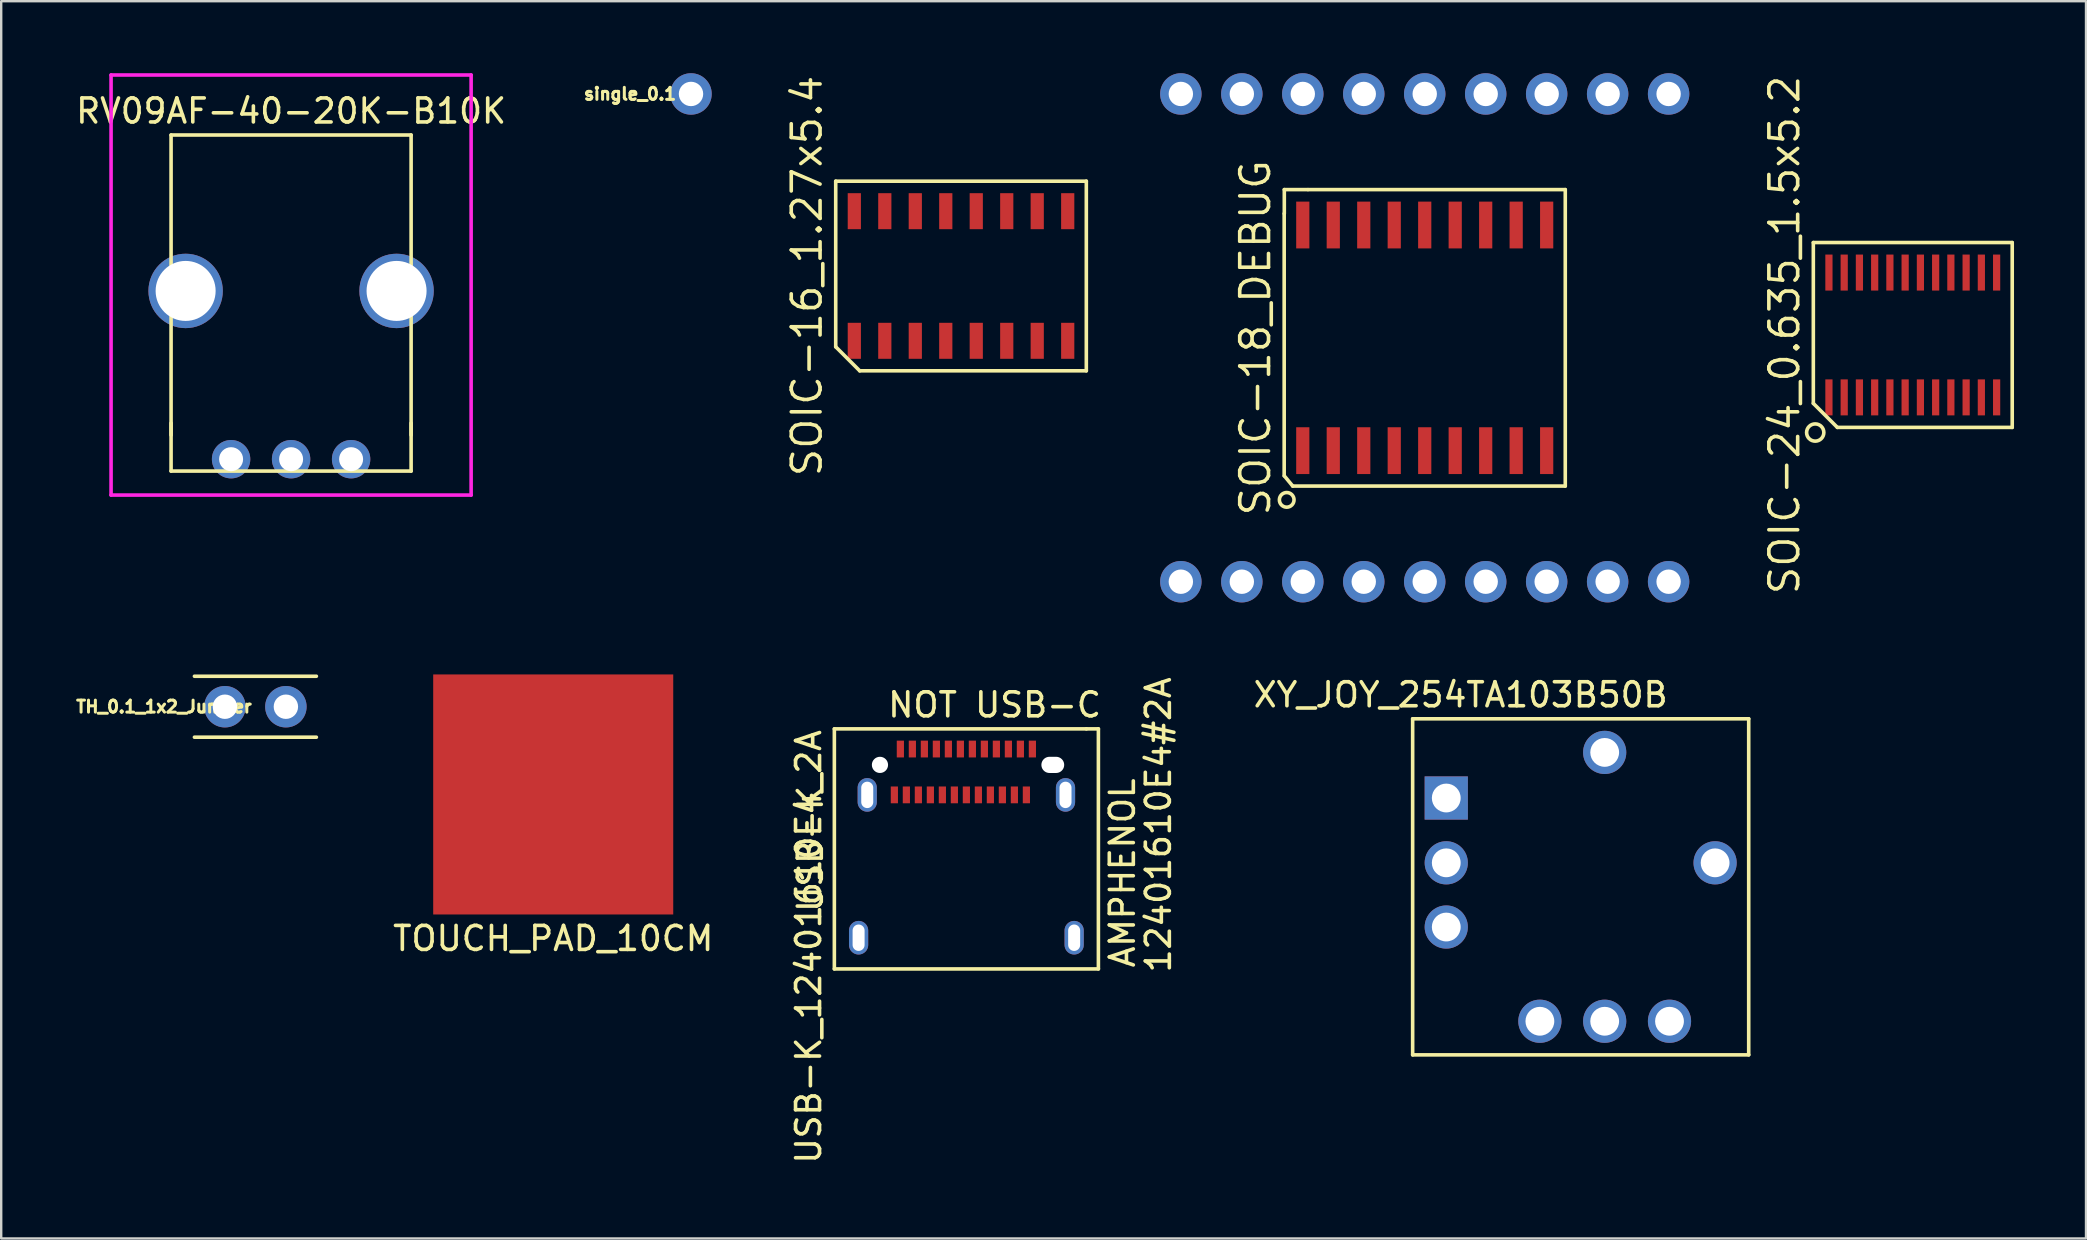
<source format=kicad_pcb>
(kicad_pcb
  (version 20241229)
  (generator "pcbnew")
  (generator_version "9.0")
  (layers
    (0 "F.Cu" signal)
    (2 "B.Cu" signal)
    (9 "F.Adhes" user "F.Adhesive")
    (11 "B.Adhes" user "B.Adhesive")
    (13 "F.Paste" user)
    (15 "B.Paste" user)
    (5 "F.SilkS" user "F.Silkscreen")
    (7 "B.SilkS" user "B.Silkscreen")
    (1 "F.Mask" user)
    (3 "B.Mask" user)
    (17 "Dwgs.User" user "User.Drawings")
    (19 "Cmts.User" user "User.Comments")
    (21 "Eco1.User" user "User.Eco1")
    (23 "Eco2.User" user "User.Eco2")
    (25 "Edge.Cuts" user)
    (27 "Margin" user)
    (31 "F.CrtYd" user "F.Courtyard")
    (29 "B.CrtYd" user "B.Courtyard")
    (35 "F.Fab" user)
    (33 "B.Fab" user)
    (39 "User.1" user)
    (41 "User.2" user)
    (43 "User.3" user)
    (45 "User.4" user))
  (footprint "USB-K_12401610E4_2A"
    (layer "F.Cu")
    (at 37.209 28.815)
    (property "Reference" "USB-K_12401610E4_2A" (at -6.572 7.581 90) (layer "F.SilkS") (effects (font (size 1 1) (thickness 0.15))))
    (attr through_hole)
    (fp_line (start -3 1.25) (end 2.5 1.25) (stroke (width 0.9) (type solid)) (layer "F.Mask"))
    (fp_line (start -2.75 -0.65) (end 3.25 -0.65) (stroke (width 0.9) (type solid)) (layer "F.Mask"))
    (fp_line (start -5.5 -1.5) (end 5 -1.5) (stroke (width 0.15) (type solid)) (layer "F.SilkS"))
    (fp_line (start -5.5 8.5) (end -5.5 -1.5) (stroke (width 0.15) (type solid)) (layer "F.SilkS"))
    (fp_line (start 5 -1.5) (end 5.5 -1.5) (stroke (width 0.15) (type solid)) (layer "F.SilkS"))
    (fp_line (start 5.5 -1.5) (end 5.5 8.5) (stroke (width 0.15) (type solid)) (layer "F.SilkS"))
    (fp_line (start 5.5 8.5) (end -5.5 8.5) (stroke (width 0.15) (type solid)) (layer "F.SilkS"))
    (fp_text user "12401610E4#2A" (at 8 2.5 90) (layer "F.SilkS") (effects (font (size 1 1) (thickness 0.15))))
    (fp_text user "AMPHENOL" (at 6.5 4.5 90) (layer "F.SilkS") (effects (font (size 1 1) (thickness 0.15))))
    (fp_text user "NOT USB-C" (at 1.175 -2.5 180) (layer "F.SilkS") (effects (font (size 1 1) (thickness 0.15))))
    (fp_text user "USB-K" (at -6.5 3.5 90) (layer "F.SilkS") (effects (font (size 1 1) (thickness 0.15))))
    (pad "" thru_hole oval (at -4.49 7.2) (size 0.8 1.4) (drill oval 0.5 1.1) (layers "*.Cu" "*.Mask"))
    (pad "" thru_hole oval (at -4.13 1.25) (size 0.8 1.4) (drill oval 0.5 1.1) (layers "*.Cu" "*.Mask"))
    (pad "" np_thru_hole circle (at -3.6 0) (size 0.675 0.675) (drill 0.675) (layers "*.Cu"))
    (pad "" np_thru_hole oval (at 3.6 0) (size 0.95 0.675) (drill oval 0.95 0.675) (layers "*.Cu"))
    (pad "" thru_hole oval (at 4.13 1.25) (size 0.8 1.4) (drill oval 0.5 1.1) (layers "*.Cu" "*.Mask"))
    (pad "" thru_hole oval (at 4.49 7.2) (size 0.8 1.4) (drill oval 0.5 1.1) (layers "*.Cu" "*.Mask"))
    (pad "A1" smd rect (at -2.75 -0.66) (size 0.3 0.7) (layers "F.Cu" "F.Paste"))
    (pad "A2" smd rect (at -2.25 -0.66) (size 0.3 0.7) (layers "F.Cu" "F.Paste"))
    (pad "A3" smd rect (at -1.75 -0.66) (size 0.3 0.7) (layers "F.Cu" "F.Paste"))
    (pad "A4" smd rect (at -1.25 -0.66) (size 0.3 0.7) (layers "F.Cu" "F.Paste"))
    (pad "A5" smd rect (at -0.75 -0.66) (size 0.3 0.7) (layers "F.Cu" "F.Paste"))
    (pad "A6" smd rect (at -0.25 -0.66) (size 0.3 0.7) (layers "F.Cu" "F.Paste"))
    (pad "A7" smd rect (at 0.25 -0.66) (size 0.3 0.7) (layers "F.Cu" "F.Paste"))
    (pad "A8" smd rect (at 0.75 -0.66) (size 0.3 0.7) (layers "F.Cu" "F.Paste"))
    (pad "A9" smd rect (at 1.25 -0.66) (size 0.3 0.7) (layers "F.Cu" "F.Paste"))
    (pad "A10" smd rect (at 1.75 -0.66) (size 0.3 0.7) (layers "F.Cu" "F.Paste"))
    (pad "A11" smd rect (at 2.25 -0.66) (size 0.3 0.7) (layers "F.Cu" "F.Paste"))
    (pad "A12" smd rect (at 2.75 -0.66) (size 0.3 0.7) (layers "F.Cu" "F.Paste"))
    (pad "B1" smd rect (at 2.5 1.25) (size 0.3 0.7) (layers "F.Cu" "F.Paste"))
    (pad "B2" smd rect (at 2 1.25) (size 0.3 0.7) (layers "F.Cu" "F.Paste"))
    (pad "B3" smd rect (at 1.5 1.25) (size 0.3 0.7) (layers "F.Cu" "F.Paste"))
    (pad "B4" smd rect (at 1 1.25) (size 0.3 0.7) (layers "F.Cu" "F.Paste"))
    (pad "B5" smd rect (at 0.5 1.25) (size 0.3 0.7) (layers "F.Cu" "F.Paste"))
    (pad "B6" smd rect (at 0 1.25) (size 0.3 0.7) (layers "F.Cu" "F.Paste"))
    (pad "B7" smd rect (at -0.5 1.25) (size 0.3 0.7) (layers "F.Cu" "F.Paste"))
    (pad "B8" smd rect (at -1 1.25) (size 0.3 0.7) (layers "F.Cu" "F.Paste"))
    (pad "B9" smd rect (at -1.5 1.25) (size 0.3 0.7) (layers "F.Cu" "F.Paste"))
    (pad "B10" smd rect (at -2 1.25) (size 0.3 0.7) (layers "F.Cu" "F.Paste"))
    (pad "B11" smd rect (at -2.5 1.25) (size 0.3 0.7) (layers "F.Cu" "F.Paste"))
    (pad "B12" smd rect (at -3 1.25) (size 0.3 0.7) (layers "F.Cu" "F.Paste")))
  (footprint "SOIC-16_1.27x5.4"
    (layer "F.Cu")
    (at 36.986 8.448)
    (property "Reference" "SOIC-16_1.27x5.4" (at -6.42 0 90) (layer "F.SilkS") (effects (font (size 1.2 1.2) (thickness 0.15))))
    (attr through_hole)
    (fp_line (start -5.22 -3.95) (end -5.22 2.95) (stroke (width 0.15) (type solid)) (layer "F.SilkS"))
    (fp_line (start -5.22 2.95) (end -4.22 3.95) (stroke (width 0.15) (type solid)) (layer "F.SilkS"))
    (fp_line (start -4.22 3.95) (end 5.22 3.95) (stroke (width 0.15) (type solid)) (layer "F.SilkS"))
    (fp_line (start 5.22 -3.95) (end -5.22 -3.95) (stroke (width 0.15) (type solid)) (layer "F.SilkS"))
    (fp_line (start 5.22 3.95) (end 5.22 -3.95) (stroke (width 0.15) (type solid)) (layer "F.SilkS"))
    (pad "1" smd rect (at -4.445 2.7) (size 0.55 1.5) (layers "F.Cu" "F.Mask" "F.Paste"))
    (pad "2" smd rect (at -3.175 2.7) (size 0.55 1.5) (layers "F.Cu" "F.Mask" "F.Paste"))
    (pad "3" smd rect (at -1.905 2.7) (size 0.55 1.5) (layers "F.Cu" "F.Mask" "F.Paste"))
    (pad "4" smd rect (at -0.635 2.7) (size 0.55 1.5) (layers "F.Cu" "F.Mask" "F.Paste"))
    (pad "5" smd rect (at 0.635 2.7) (size 0.55 1.5) (layers "F.Cu" "F.Mask" "F.Paste"))
    (pad "6" smd rect (at 1.905 2.7) (size 0.55 1.5) (layers "F.Cu" "F.Mask" "F.Paste"))
    (pad "7" smd rect (at 3.175 2.7) (size 0.55 1.5) (layers "F.Cu" "F.Mask" "F.Paste"))
    (pad "8" smd rect (at 4.445 2.7) (size 0.55 1.5) (layers "F.Cu" "F.Mask" "F.Paste"))
    (pad "9" smd rect (at 4.445 -2.7) (size 0.55 1.5) (layers "F.Cu" "F.Mask" "F.Paste"))
    (pad "10" smd rect (at 3.175 -2.7) (size 0.55 1.5) (layers "F.Cu" "F.Mask" "F.Paste"))
    (pad "11" smd rect (at 1.905 -2.7) (size 0.55 1.5) (layers "F.Cu" "F.Mask" "F.Paste"))
    (pad "12" smd rect (at 0.635 -2.7) (size 0.55 1.5) (layers "F.Cu" "F.Mask" "F.Paste"))
    (pad "13" smd rect (at -0.635 -2.7) (size 0.55 1.5) (layers "F.Cu" "F.Mask" "F.Paste"))
    (pad "14" smd rect (at -1.905 -2.7) (size 0.55 1.5) (layers "F.Cu" "F.Mask" "F.Paste"))
    (pad "15" smd rect (at -3.175 -2.7) (size 0.55 1.5) (layers "F.Cu" "F.Mask" "F.Paste"))
    (pad "16" smd rect (at -4.445 -2.7) (size 0.55 1.5) (layers "F.Cu" "F.Mask" "F.Paste")))
  (footprint "TH_0.1_1x2_Jumper"
    (layer "F.Cu")
    (at 6.32 26.392)
    (property "Reference" "TH_0.1_1x2_Jumper" (at -2.54 0 0) (layer "F.SilkS") (effects (font (size 0.5 0.5) (thickness 0.125))))
    (attr through_hole)
    (fp_line (start -1.27 -1.27) (end 3.81 -1.27) (stroke (width 0.15) (type solid)) (layer "F.SilkS"))
    (fp_line (start -1.27 1.27) (end 3.81 1.27) (stroke (width 0.15) (type solid)) (layer "F.SilkS"))
    (pad "1" thru_hole circle (at 0 0) (size 1.727 1.727) (drill 1.016) (layers "*.Cu" "*.Mask"))
    (pad "1" thru_hole circle (at 2.54 0) (size 1.727 1.727) (drill 1.016) (layers "*.Cu" "*.Mask")))
  (footprint "SOIC-24_0.635_1.5x5.2"
    (layer "F.Cu")
    (at 76.636 10.905)
    (property "Reference" "SOIC-24_0.635_1.5x5.2" (at -5.343 0 90) (layer "F.SilkS") (effects (font (size 1.2 1.2) (thickness 0.15))))
    (attr through_hole)
    (fp_line (start -4.143 -3.85) (end -4.143 2.85) (stroke (width 0.15) (type solid)) (layer "F.SilkS"))
    (fp_line (start -4.143 2.85) (end -3.143 3.85) (stroke (width 0.15) (type solid)) (layer "F.SilkS"))
    (fp_line (start -3.143 3.85) (end 4.143 3.85) (stroke (width 0.15) (type solid)) (layer "F.SilkS"))
    (fp_line (start 4.143 -3.85) (end -4.143 -3.85) (stroke (width 0.15) (type solid)) (layer "F.SilkS"))
    (fp_line (start 4.143 3.85) (end 4.143 -3.85) (stroke (width 0.15) (type solid)) (layer "F.SilkS"))
    (fp_circle (center -4.064 4.064) (end -4.318 4.318) (stroke (width 0.15) (type solid)) (fill no) (layer "F.SilkS"))
    (pad "1" smd rect (at -3.493 2.6) (size 0.3 1.5) (layers "F.Cu" "F.Mask" "F.Paste"))
    (pad "2" smd rect (at -2.857 2.6) (size 0.3 1.5) (layers "F.Cu" "F.Mask" "F.Paste"))
    (pad "3" smd rect (at -2.223 2.6) (size 0.3 1.5) (layers "F.Cu" "F.Mask" "F.Paste"))
    (pad "4" smd rect (at -1.587 2.6) (size 0.3 1.5) (layers "F.Cu" "F.Mask" "F.Paste"))
    (pad "5" smd rect (at -0.953 2.6) (size 0.3 1.5) (layers "F.Cu" "F.Mask" "F.Paste"))
    (pad "6" smd rect (at -0.318 2.6) (size 0.3 1.5) (layers "F.Cu" "F.Mask" "F.Paste"))
    (pad "7" smd rect (at 0.318 2.6) (size 0.3 1.5) (layers "F.Cu" "F.Mask" "F.Paste"))
    (pad "8" smd rect (at 0.953 2.6) (size 0.3 1.5) (layers "F.Cu" "F.Mask" "F.Paste"))
    (pad "9" smd rect (at 1.587 2.6) (size 0.3 1.5) (layers "F.Cu" "F.Mask" "F.Paste"))
    (pad "10" smd rect (at 2.223 2.6) (size 0.3 1.5) (layers "F.Cu" "F.Mask" "F.Paste"))
    (pad "11" smd rect (at 2.857 2.6) (size 0.3 1.5) (layers "F.Cu" "F.Mask" "F.Paste"))
    (pad "12" smd rect (at 3.493 2.6) (size 0.3 1.5) (layers "F.Cu" "F.Mask" "F.Paste"))
    (pad "13" smd rect (at 3.493 -2.6) (size 0.3 1.5) (layers "F.Cu" "F.Mask" "F.Paste"))
    (pad "14" smd rect (at 2.857 -2.6) (size 0.3 1.5) (layers "F.Cu" "F.Mask" "F.Paste"))
    (pad "15" smd rect (at 2.223 -2.6) (size 0.3 1.5) (layers "F.Cu" "F.Mask" "F.Paste"))
    (pad "16" smd rect (at 1.587 -2.6) (size 0.3 1.5) (layers "F.Cu" "F.Mask" "F.Paste"))
    (pad "17" smd rect (at 0.953 -2.6) (size 0.3 1.5) (layers "F.Cu" "F.Mask" "F.Paste"))
    (pad "18" smd rect (at 0.318 -2.6) (size 0.3 1.5) (layers "F.Cu" "F.Mask" "F.Paste"))
    (pad "19" smd rect (at -0.318 -2.6) (size 0.3 1.5) (layers "F.Cu" "F.Mask" "F.Paste"))
    (pad "20" smd rect (at -0.953 -2.6) (size 0.3 1.5) (layers "F.Cu" "F.Mask" "F.Paste"))
    (pad "21" smd rect (at -1.587 -2.6) (size 0.3 1.5) (layers "F.Cu" "F.Mask" "F.Paste"))
    (pad "22" smd rect (at -2.223 -2.6) (size 0.3 1.5) (layers "F.Cu" "F.Mask" "F.Paste"))
    (pad "23" smd rect (at -2.857 -2.6) (size 0.3 1.5) (layers "F.Cu" "F.Mask" "F.Paste"))
    (pad "24" smd rect (at -3.493 -2.6) (size 0.3 1.5) (layers "F.Cu" "F.Mask" "F.Paste")))
  (footprint "RV09AF-40-20K-B10K"
    (layer "F.Cu")
    (at 9.077 9.07)
    (property "Reference" "RV09AF-40-20K-B10K" (at 0 -7.495 0) (layer "F.SilkS") (effects (font (size 1 1) (thickness 0.15))))
    (attr through_hole)
    (fp_line (start -5 -6.495) (end 5 -6.495) (stroke (width 0.15) (type solid)) (layer "F.SilkS"))
    (fp_line (start -5 6.005) (end -5 -6.495) (stroke (width 0.15) (type solid)) (layer "F.SilkS"))
    (fp_line (start -5 7.505) (end -5 5.505) (stroke (width 0.15) (type solid)) (layer "F.SilkS"))
    (fp_line (start 5 -6.495) (end 5 6.005) (stroke (width 0.15) (type solid)) (layer "F.SilkS"))
    (fp_line (start 5 7.505) (end -5 7.505) (stroke (width 0.15) (type solid)) (layer "F.SilkS"))
    (fp_line (start 5 7.505) (end 5 5.505) (stroke (width 0.15) (type solid)) (layer "F.SilkS"))
    (fp_line (start -7.5 -8.995) (end -7.5 8.505) (stroke (width 0.15) (type solid)) (layer "F.CrtYd"))
    (fp_line (start -7.5 8.505) (end 7.5 8.505) (stroke (width 0.15) (type solid)) (layer "F.CrtYd"))
    (fp_line (start 7.5 -8.995) (end -7.5 -8.995) (stroke (width 0.15) (type solid)) (layer "F.CrtYd"))
    (fp_line (start 7.5 8.505) (end 7.5 -8.995) (stroke (width 0.15) (type solid)) (layer "F.CrtYd"))
    (pad "" thru_hole circle (at -4.394 0) (size 3.1 3.1) (drill 2.5) (layers "*.Cu" "*.Mask"))
    (pad "" thru_hole circle (at 4.394 0) (size 3.1 3.1) (drill 2.5) (layers "*.Cu" "*.Mask"))
    (pad "1" thru_hole circle (at 2.5 7.01) (size 1.6 1.6) (drill 1) (layers "*.Cu" "*.Mask"))
    (pad "2" thru_hole circle (at 0 7.01) (size 1.6 1.6) (drill 1) (layers "*.Cu" "*.Mask"))
    (pad "3" thru_hole circle (at -2.5 7.01) (size 1.6 1.6) (drill 1) (layers "*.Cu" "*.Mask")))
  (footprint "TOUCH_PAD_10CM"
    (layer "F.Cu")
    (at 19.997 30.047)
    (property "Reference" "TOUCH_PAD_10CM" (at 0 6 0) (layer "F.SilkS") (effects (font (size 1 1) (thickness 0.15))))
    (attr through_hole)
    (pad "1" smd rect (at 0 0) (size 10 10) (layers "F.Cu")))
  (footprint "XY_JOY_254TA103B50B"
    (layer "F.Cu")
    (at 63.801 32.895)
    (property "Reference" "XY_JOY_254TA103B50B" (at -6 -7 0) (layer "F.SilkS") (effects (font (size 1 1) (thickness 0.15))))
    (attr through_hole)
    (fp_line (start -8 -6) (end 6 -6) (stroke (width 0.15) (type solid)) (layer "F.SilkS"))
    (fp_line (start -8 8) (end -8 -6) (stroke (width 0.15) (type solid)) (layer "F.SilkS"))
    (fp_line (start 6 -6) (end 6 8) (stroke (width 0.15) (type solid)) (layer "F.SilkS"))
    (fp_line (start 6 8) (end -8 8) (stroke (width 0.15) (type solid)) (layer "F.SilkS"))
    (pad "R1.1" thru_hole rect (at -6.6 -2.7) (size 1.8 1.8) (drill 1.2) (layers "*.Cu" "*.Mask"))
    (pad "R1.2" thru_hole circle (at -6.6 0) (size 1.8 1.8) (drill 1.2) (layers "*.Cu" "*.Mask"))
    (pad "R1.3" thru_hole circle (at -6.6 2.675) (size 1.8 1.8) (drill 1.2) (layers "*.Cu" "*.Mask"))
    (pad "R2.1" thru_hole circle (at -2.7 6.6) (size 1.8 1.8) (drill 1.2) (layers "*.Cu" "*.Mask"))
    (pad "R2.2" thru_hole circle (at 0 6.6) (size 1.8 1.8) (drill 1.2) (layers "*.Cu" "*.Mask"))
    (pad "R2.3" thru_hole circle (at 2.7 6.6) (size 1.8 1.8) (drill 1.2) (layers "*.Cu" "*.Mask"))
    (pad "S1.1" thru_hole circle (at 4.6 0) (size 1.8 1.8) (drill 1.2) (layers "*.Cu" "*.Mask"))
    (pad "S1.2" thru_hole circle (at 0 -4.6) (size 1.8 1.8) (drill 1.2) (layers "*.Cu" "*.Mask")))
  (footprint "SOIC-18_DEBUG"
    (layer "F.Cu")
    (at 56.304 11.024)
    (property "Reference" "SOIC-18_DEBUG" (at -7.055 0 90) (layer "F.SilkS") (effects (font (size 1.2 1.2) (thickness 0.15))))
    (attr through_hole)
    (fp_line (start -5.855 -5.175) (end -5.855 5.75) (stroke (width 0.15) (type solid)) (layer "F.SilkS"))
    (fp_line (start -5.85 -5.175) (end -5.85 -6.175) (stroke (width 0.15) (type solid)) (layer "F.SilkS"))
    (fp_line (start -5.5 6.175) (end -5.85 5.75) (stroke (width 0.15) (type solid)) (layer "F.SilkS"))
    (fp_line (start -5.5 6.175) (end 5.855 6.175) (stroke (width 0.15) (type solid)) (layer "F.SilkS"))
    (fp_line (start -4.875 -6.175) (end -5.85 -6.175) (stroke (width 0.15) (type solid)) (layer "F.SilkS"))
    (fp_line (start 5.855 -6.175) (end -4.855 -6.175) (stroke (width 0.15) (type solid)) (layer "F.SilkS"))
    (fp_line (start 5.855 6.175) (end 5.855 -6.175) (stroke (width 0.15) (type solid)) (layer "F.SilkS"))
    (fp_circle (center -5.75 6.75) (end -5.5 6.575) (stroke (width 0.15) (type solid)) (fill no) (layer "F.SilkS"))
    (pad "1" thru_hole circle (at -10.16 10.16) (size 1.727 1.727) (drill 1.016) (layers "*.Cu" "*.Mask"))
    (pad "1" smd rect (at -5.08 4.7) (size 0.55 1.95) (layers "F.Cu" "F.Mask" "F.Paste"))
    (pad "2" thru_hole circle (at -7.62 10.16) (size 1.727 1.727) (drill 1.016) (layers "*.Cu" "*.Mask"))
    (pad "2" smd rect (at -3.81 4.7) (size 0.55 1.95) (layers "F.Cu" "F.Mask" "F.Paste"))
    (pad "3" thru_hole circle (at -5.08 10.16) (size 1.727 1.727) (drill 1.016) (layers "*.Cu" "*.Mask"))
    (pad "3" smd rect (at -2.54 4.7) (size 0.55 1.95) (layers "F.Cu" "F.Mask" "F.Paste"))
    (pad "4" thru_hole circle (at -2.54 10.16) (size 1.727 1.727) (drill 1.016) (layers "*.Cu" "*.Mask"))
    (pad "4" smd rect (at -1.27 4.7) (size 0.55 1.95) (layers "F.Cu" "F.Mask" "F.Paste"))
    (pad "5" smd rect (at 0 4.7) (size 0.55 1.95) (layers "F.Cu" "F.Mask" "F.Paste"))
    (pad "5" thru_hole circle (at 0 10.16) (size 1.727 1.727) (drill 1.016) (layers "*.Cu" "*.Mask"))
    (pad "6" smd rect (at 1.27 4.7) (size 0.55 1.95) (layers "F.Cu" "F.Mask" "F.Paste"))
    (pad "6" thru_hole circle (at 2.54 10.16) (size 1.727 1.727) (drill 1.016) (layers "*.Cu" "*.Mask"))
    (pad "7" smd rect (at 2.54 4.7) (size 0.55 1.95) (layers "F.Cu" "F.Mask" "F.Paste"))
    (pad "7" thru_hole circle (at 5.08 10.16) (size 1.727 1.727) (drill 1.016) (layers "*.Cu" "*.Mask"))
    (pad "8" smd rect (at 3.81 4.7) (size 0.55 1.95) (layers "F.Cu" "F.Mask" "F.Paste"))
    (pad "8" thru_hole circle (at 7.62 10.16) (size 1.727 1.727) (drill 1.016) (layers "*.Cu" "*.Mask"))
    (pad "9" smd rect (at 5.08 4.7) (size 0.55 1.95) (layers "F.Cu" "F.Mask" "F.Paste"))
    (pad "9" thru_hole circle (at 10.16 10.16) (size 1.727 1.727) (drill 1.016) (layers "*.Cu" "*.Mask"))
    (pad "10" smd rect (at 5.08 -4.7) (size 0.55 1.95) (layers "F.Cu" "F.Mask" "F.Paste"))
    (pad "10" thru_hole circle (at 10.16 -10.16) (size 1.727 1.727) (drill 1.016) (layers "*.Cu" "*.Mask"))
    (pad "11" smd rect (at 3.81 -4.7) (size 0.55 1.95) (layers "F.Cu" "F.Mask" "F.Paste"))
    (pad "11" thru_hole circle (at 7.62 -10.16) (size 1.727 1.727) (drill 1.016) (layers "*.Cu" "*.Mask"))
    (pad "12" smd rect (at 2.54 -4.7) (size 0.55 1.95) (layers "F.Cu" "F.Mask" "F.Paste"))
    (pad "12" thru_hole circle (at 5.08 -10.16) (size 1.727 1.727) (drill 1.016) (layers "*.Cu" "*.Mask"))
    (pad "13" smd rect (at 1.27 -4.7) (size 0.55 1.95) (layers "F.Cu" "F.Mask" "F.Paste"))
    (pad "13" thru_hole circle (at 2.54 -10.16) (size 1.727 1.727) (drill 1.016) (layers "*.Cu" "*.Mask"))
    (pad "14" thru_hole circle (at 0 -10.16) (size 1.727 1.727) (drill 1.016) (layers "*.Cu" "*.Mask"))
    (pad "14" smd rect (at 0 -4.7) (size 0.55 1.95) (layers "F.Cu" "F.Mask" "F.Paste"))
    (pad "15" thru_hole circle (at -2.54 -10.16) (size 1.727 1.727) (drill 1.016) (layers "*.Cu" "*.Mask"))
    (pad "15" smd rect (at -1.27 -4.7) (size 0.55 1.95) (layers "F.Cu" "F.Mask" "F.Paste"))
    (pad "16" thru_hole circle (at -5.08 -10.16) (size 1.727 1.727) (drill 1.016) (layers "*.Cu" "*.Mask"))
    (pad "16" smd rect (at -2.54 -4.7) (size 0.55 1.95) (layers "F.Cu" "F.Mask" "F.Paste"))
    (pad "17" thru_hole circle (at -7.62 -10.16) (size 1.727 1.727) (drill 1.016) (layers "*.Cu" "*.Mask"))
    (pad "17" smd rect (at -3.81 -4.7) (size 0.55 1.95) (layers "F.Cu" "F.Mask" "F.Paste"))
    (pad "18" thru_hole circle (at -10.16 -10.16) (size 1.727 1.727) (drill 1.016) (layers "*.Cu" "*.Mask"))
    (pad "18" smd rect (at -5.08 -4.7) (size 0.55 1.95) (layers "F.Cu" "F.Mask" "F.Paste")))
  (footprint "single_0.1"
    (layer "F.Cu")
    (at 25.737 0.864)
    (property "Reference" "single_0.1" (at -2.54 0 0) (layer "F.SilkS") (effects (font (size 0.5 0.5) (thickness 0.125))))
    (attr through_hole)
    (pad "1" thru_hole circle (at 0 0) (size 1.727 1.727) (drill 1.016) (layers "*.Cu" "*.Mask")))
  (gr_rect
    (start -3 -3)
    (end 83.853 48.545)
    (stroke (width 0.1) (type default))
    (fill no)
    (layer "Edge.Cuts")))
</source>
